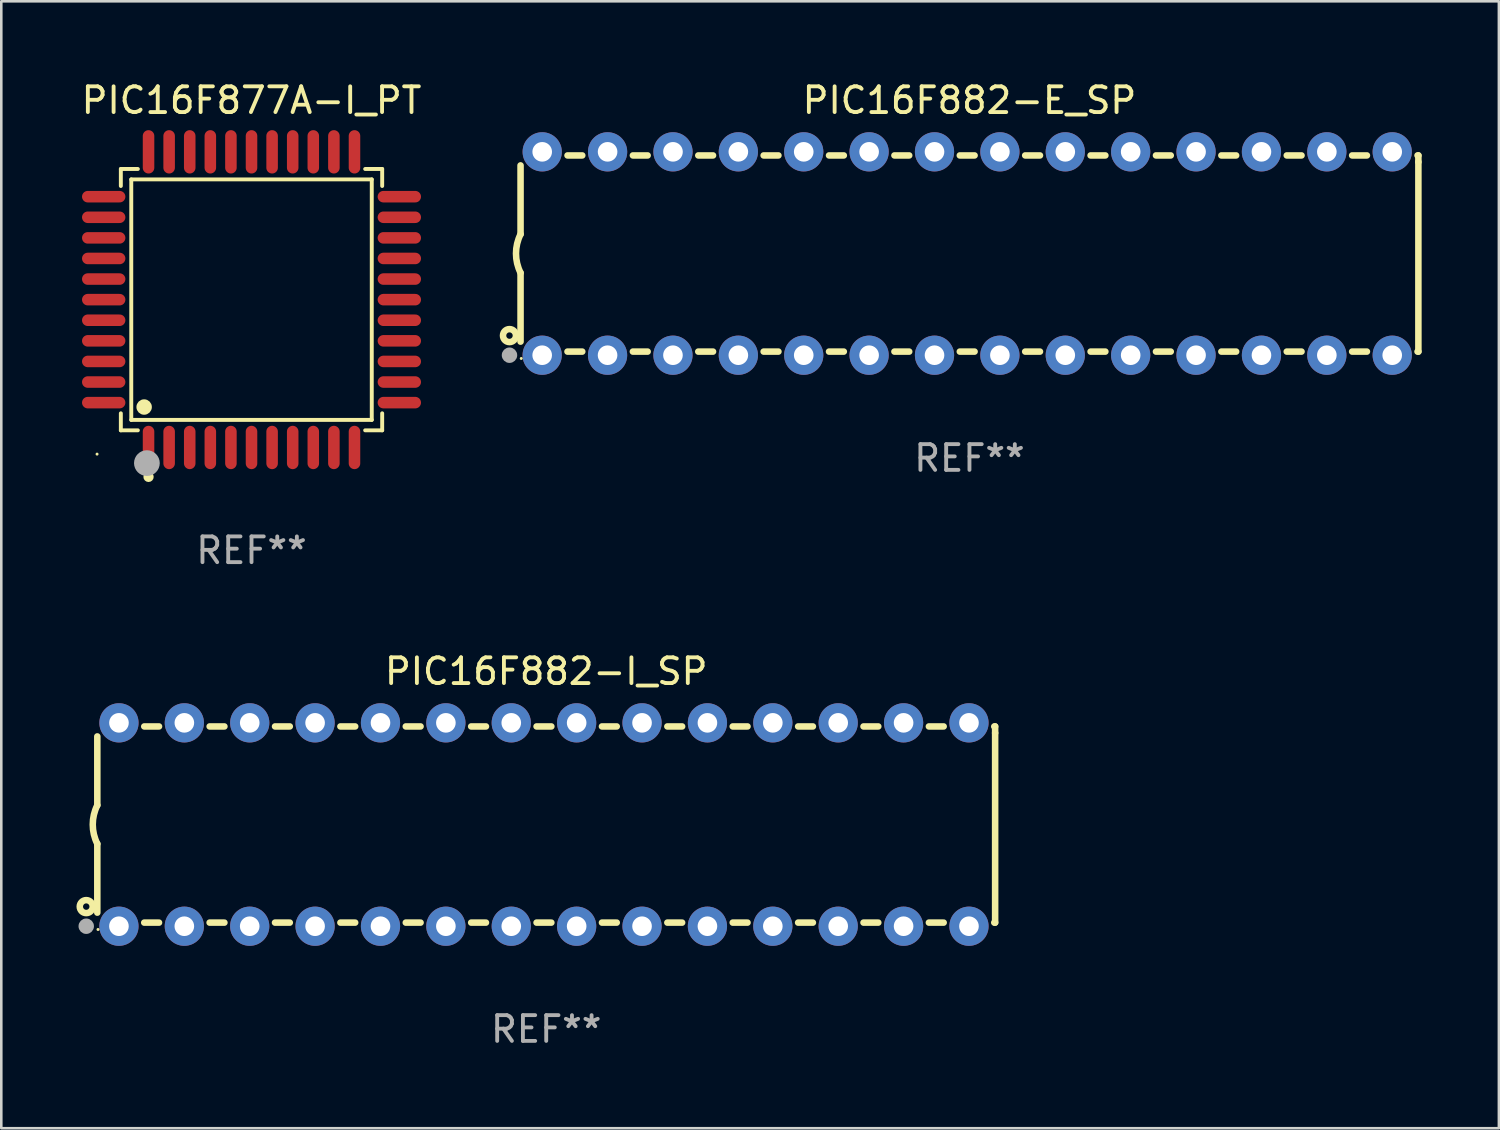
<source format=kicad_pcb>
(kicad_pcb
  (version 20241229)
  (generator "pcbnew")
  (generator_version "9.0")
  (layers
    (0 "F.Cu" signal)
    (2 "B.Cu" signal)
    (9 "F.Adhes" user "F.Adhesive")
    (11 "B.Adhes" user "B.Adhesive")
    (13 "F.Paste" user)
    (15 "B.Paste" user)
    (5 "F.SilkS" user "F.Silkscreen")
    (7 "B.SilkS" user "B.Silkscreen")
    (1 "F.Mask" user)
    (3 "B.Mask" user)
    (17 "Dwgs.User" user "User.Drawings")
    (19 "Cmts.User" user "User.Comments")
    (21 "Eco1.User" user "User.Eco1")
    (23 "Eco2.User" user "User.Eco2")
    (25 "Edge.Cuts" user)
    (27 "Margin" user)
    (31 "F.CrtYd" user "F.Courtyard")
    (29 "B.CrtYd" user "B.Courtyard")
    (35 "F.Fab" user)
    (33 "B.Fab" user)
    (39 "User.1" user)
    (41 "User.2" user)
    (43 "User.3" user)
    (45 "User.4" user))
  (footprint "PIC16F877A-I_PT"
    (layer "F.Cu")
    (at 6.72 8.59)
    (property "Reference" "PIC16F877A-I_PT" (at 0 -7.742 0) (layer "F.SilkS") (effects (font (size 1 1) (thickness 0.15))))
    (attr through_hole)
    (fp_line (start -5.076 -5.076) (end -4.415 -5.076) (stroke (width 0.152) (type solid)) (layer "F.SilkS"))
    (fp_line (start -5.076 -4.415) (end -5.076 -5.076) (stroke (width 0.152) (type solid)) (layer "F.SilkS"))
    (fp_line (start -5.076 4.415) (end -5.076 5.076) (stroke (width 0.152) (type solid)) (layer "F.SilkS"))
    (fp_line (start -5.076 5.076) (end -4.415 5.076) (stroke (width 0.152) (type solid)) (layer "F.SilkS"))
    (fp_line (start -4.671 -4.671) (end 4.671 -4.671) (stroke (width 0.152) (type solid)) (layer "F.SilkS"))
    (fp_line (start -4.671 4.671) (end -4.671 -4.671) (stroke (width 0.152) (type solid)) (layer "F.SilkS"))
    (fp_line (start 4.671 -4.671) (end 4.671 4.671) (stroke (width 0.152) (type solid)) (layer "F.SilkS"))
    (fp_line (start 4.671 4.671) (end -4.671 4.671) (stroke (width 0.152) (type solid)) (layer "F.SilkS"))
    (fp_line (start 5.076 -5.076) (end 4.415 -5.076) (stroke (width 0.152) (type solid)) (layer "F.SilkS"))
    (fp_line (start 5.076 -4.415) (end 5.076 -5.076) (stroke (width 0.152) (type solid)) (layer "F.SilkS"))
    (fp_line (start 5.076 4.415) (end 5.076 5.076) (stroke (width 0.152) (type solid)) (layer "F.SilkS"))
    (fp_line (start 5.076 5.076) (end 4.415 5.076) (stroke (width 0.152) (type solid)) (layer "F.SilkS"))
    (fp_circle (center -6 6) (end -5.97 6) (stroke (width 0.06) (type solid)) (fill no) (layer "F.SilkS"))
    (fp_circle (center -4.171 4.171) (end -4.021 4.171) (stroke (width 0.3) (type solid)) (fill no) (layer "F.SilkS"))
    (fp_circle (center -4 6.884) (end -3.9 6.884) (stroke (width 0.2) (type solid)) (fill no) (layer "F.SilkS"))
    (fp_circle (center -4.064 6.35) (end -3.814 6.35) (stroke (width 0.5) (type solid)) (fill no) (layer "F.Fab"))
    (fp_text user "REF**" (at 0 9.742 0) (layer "F.Fab") (effects (font (size 1 1) (thickness 0.15))))
    (pad "1" smd oval (at -4 5.742) (size 0.448 1.684) (layers "F.Cu" "F.Mask" "F.Paste"))
    (pad "2" smd oval (at -3.2 5.742) (size 0.448 1.684) (layers "F.Cu" "F.Mask" "F.Paste"))
    (pad "3" smd oval (at -2.4 5.742) (size 0.448 1.684) (layers "F.Cu" "F.Mask" "F.Paste"))
    (pad "4" smd oval (at -1.6 5.742) (size 0.448 1.684) (layers "F.Cu" "F.Mask" "F.Paste"))
    (pad "5" smd oval (at -0.8 5.742) (size 0.448 1.684) (layers "F.Cu" "F.Mask" "F.Paste"))
    (pad "6" smd oval (at 0 5.742) (size 0.448 1.684) (layers "F.Cu" "F.Mask" "F.Paste"))
    (pad "7" smd oval (at 0.8 5.742) (size 0.448 1.684) (layers "F.Cu" "F.Mask" "F.Paste"))
    (pad "8" smd oval (at 1.6 5.742) (size 0.448 1.684) (layers "F.Cu" "F.Mask" "F.Paste"))
    (pad "9" smd oval (at 2.4 5.742) (size 0.448 1.684) (layers "F.Cu" "F.Mask" "F.Paste"))
    (pad "10" smd oval (at 3.2 5.742) (size 0.448 1.684) (layers "F.Cu" "F.Mask" "F.Paste"))
    (pad "11" smd oval (at 4 5.742) (size 0.448 1.684) (layers "F.Cu" "F.Mask" "F.Paste"))
    (pad "12" smd oval (at 5.742 4) (size 1.684 0.448) (layers "F.Cu" "F.Mask" "F.Paste"))
    (pad "13" smd oval (at 5.742 3.2) (size 1.684 0.448) (layers "F.Cu" "F.Mask" "F.Paste"))
    (pad "14" smd oval (at 5.742 2.4) (size 1.684 0.448) (layers "F.Cu" "F.Mask" "F.Paste"))
    (pad "15" smd oval (at 5.742 1.6) (size 1.684 0.448) (layers "F.Cu" "F.Mask" "F.Paste"))
    (pad "16" smd oval (at 5.742 0.8) (size 1.684 0.448) (layers "F.Cu" "F.Mask" "F.Paste"))
    (pad "17" smd oval (at 5.742 0) (size 1.684 0.448) (layers "F.Cu" "F.Mask" "F.Paste"))
    (pad "18" smd oval (at 5.742 -0.8) (size 1.684 0.448) (layers "F.Cu" "F.Mask" "F.Paste"))
    (pad "19" smd oval (at 5.742 -1.6) (size 1.684 0.448) (layers "F.Cu" "F.Mask" "F.Paste"))
    (pad "20" smd oval (at 5.742 -2.4) (size 1.684 0.448) (layers "F.Cu" "F.Mask" "F.Paste"))
    (pad "21" smd oval (at 5.742 -3.2) (size 1.684 0.448) (layers "F.Cu" "F.Mask" "F.Paste"))
    (pad "22" smd oval (at 5.742 -4) (size 1.684 0.448) (layers "F.Cu" "F.Mask" "F.Paste"))
    (pad "23" smd oval (at 4 -5.742) (size 0.448 1.684) (layers "F.Cu" "F.Mask" "F.Paste"))
    (pad "24" smd oval (at 3.2 -5.742) (size 0.448 1.684) (layers "F.Cu" "F.Mask" "F.Paste"))
    (pad "25" smd oval (at 2.4 -5.742) (size 0.448 1.684) (layers "F.Cu" "F.Mask" "F.Paste"))
    (pad "26" smd oval (at 1.6 -5.742) (size 0.448 1.684) (layers "F.Cu" "F.Mask" "F.Paste"))
    (pad "27" smd oval (at 0.8 -5.742) (size 0.448 1.684) (layers "F.Cu" "F.Mask" "F.Paste"))
    (pad "28" smd oval (at 0 -5.742) (size 0.448 1.684) (layers "F.Cu" "F.Mask" "F.Paste"))
    (pad "29" smd oval (at -0.8 -5.742) (size 0.448 1.684) (layers "F.Cu" "F.Mask" "F.Paste"))
    (pad "30" smd oval (at -1.6 -5.742) (size 0.448 1.684) (layers "F.Cu" "F.Mask" "F.Paste"))
    (pad "31" smd oval (at -2.4 -5.742) (size 0.448 1.684) (layers "F.Cu" "F.Mask" "F.Paste"))
    (pad "32" smd oval (at -3.2 -5.742) (size 0.448 1.684) (layers "F.Cu" "F.Mask" "F.Paste"))
    (pad "33" smd oval (at -4 -5.742) (size 0.448 1.684) (layers "F.Cu" "F.Mask" "F.Paste"))
    (pad "34" smd oval (at -5.742 -4) (size 1.684 0.448) (layers "F.Cu" "F.Mask" "F.Paste"))
    (pad "35" smd oval (at -5.742 -3.2) (size 1.684 0.448) (layers "F.Cu" "F.Mask" "F.Paste"))
    (pad "36" smd oval (at -5.742 -2.4) (size 1.684 0.448) (layers "F.Cu" "F.Mask" "F.Paste"))
    (pad "37" smd oval (at -5.742 -1.6) (size 1.684 0.448) (layers "F.Cu" "F.Mask" "F.Paste"))
    (pad "38" smd oval (at -5.742 -0.8) (size 1.684 0.448) (layers "F.Cu" "F.Mask" "F.Paste"))
    (pad "39" smd oval (at -5.742 0) (size 1.684 0.448) (layers "F.Cu" "F.Mask" "F.Paste"))
    (pad "40" smd oval (at -5.742 0.8) (size 1.684 0.448) (layers "F.Cu" "F.Mask" "F.Paste"))
    (pad "41" smd oval (at -5.742 1.6) (size 1.684 0.448) (layers "F.Cu" "F.Mask" "F.Paste"))
    (pad "42" smd oval (at -5.742 2.4) (size 1.684 0.448) (layers "F.Cu" "F.Mask" "F.Paste"))
    (pad "43" smd oval (at -5.742 3.2) (size 1.684 0.448) (layers "F.Cu" "F.Mask" "F.Paste"))
    (pad "44" smd oval (at -5.742 4) (size 1.684 0.448) (layers "F.Cu" "F.Mask" "F.Paste")))
  (footprint "PIC16F882-E_SP"
    (layer "F.Cu")
    (at 34.609 6.798)
    (property "Reference" "PIC16F882-E_SP" (at 0 -5.95 0) (layer "F.SilkS") (effects (font (size 1 1) (thickness 0.15))))
    (attr through_hole)
    (fp_line (start -17.438 0.75) (end -17.438 3.423) (stroke (width 0.254) (type solid)) (layer "F.SilkS"))
    (fp_line (start -17.438 -3.423) (end -17.438 -0.75) (stroke (width 0.254) (type solid)) (layer "F.SilkS"))
    (fp_line (start -15.615 3.81) (end -15.041 3.81) (stroke (width 0.254) (type solid)) (layer "F.SilkS"))
    (fp_line (start -15.041 -3.81) (end -15.614 -3.81) (stroke (width 0.254) (type solid)) (layer "F.SilkS"))
    (fp_line (start -13.075 3.81) (end -12.501 3.81) (stroke (width 0.254) (type solid)) (layer "F.SilkS"))
    (fp_line (start -12.501 -3.81) (end -13.074 -3.81) (stroke (width 0.254) (type solid)) (layer "F.SilkS"))
    (fp_line (start -10.535 3.81) (end -9.961 3.81) (stroke (width 0.254) (type solid)) (layer "F.SilkS"))
    (fp_line (start -9.961 -3.81) (end -10.534 -3.81) (stroke (width 0.254) (type solid)) (layer "F.SilkS"))
    (fp_line (start -7.995 3.81) (end -7.421 3.81) (stroke (width 0.254) (type solid)) (layer "F.SilkS"))
    (fp_line (start -7.421 -3.81) (end -7.995 -3.81) (stroke (width 0.254) (type solid)) (layer "F.SilkS"))
    (fp_line (start -5.455 3.81) (end -4.881 3.81) (stroke (width 0.254) (type solid)) (layer "F.SilkS"))
    (fp_line (start -4.881 -3.81) (end -5.455 -3.81) (stroke (width 0.254) (type solid)) (layer "F.SilkS"))
    (fp_line (start -2.915 3.81) (end -2.341 3.81) (stroke (width 0.254) (type solid)) (layer "F.SilkS"))
    (fp_line (start -2.341 -3.81) (end -2.915 -3.81) (stroke (width 0.254) (type solid)) (layer "F.SilkS"))
    (fp_line (start -0.375 3.81) (end 0.199 3.81) (stroke (width 0.254) (type solid)) (layer "F.SilkS"))
    (fp_line (start 0.199 -3.81) (end -0.375 -3.81) (stroke (width 0.254) (type solid)) (layer "F.SilkS"))
    (fp_line (start 2.165 3.81) (end 2.739 3.81) (stroke (width 0.254) (type solid)) (layer "F.SilkS"))
    (fp_line (start 2.739 -3.81) (end 2.165 -3.81) (stroke (width 0.254) (type solid)) (layer "F.SilkS"))
    (fp_line (start 4.705 3.81) (end 5.279 3.81) (stroke (width 0.254) (type solid)) (layer "F.SilkS"))
    (fp_line (start 5.279 -3.81) (end 4.705 -3.81) (stroke (width 0.254) (type solid)) (layer "F.SilkS"))
    (fp_line (start 7.245 3.81) (end 7.819 3.81) (stroke (width 0.254) (type solid)) (layer "F.SilkS"))
    (fp_line (start 7.819 -3.81) (end 7.245 -3.81) (stroke (width 0.254) (type solid)) (layer "F.SilkS"))
    (fp_line (start 9.785 3.81) (end 10.359 3.81) (stroke (width 0.254) (type solid)) (layer "F.SilkS"))
    (fp_line (start 10.359 -3.81) (end 9.785 -3.81) (stroke (width 0.254) (type solid)) (layer "F.SilkS"))
    (fp_line (start 12.325 3.81) (end 12.899 3.81) (stroke (width 0.254) (type solid)) (layer "F.SilkS"))
    (fp_line (start 12.899 -3.81) (end 12.325 -3.81) (stroke (width 0.254) (type solid)) (layer "F.SilkS"))
    (fp_line (start 14.865 3.81) (end 15.439 3.81) (stroke (width 0.254) (type solid)) (layer "F.SilkS"))
    (fp_line (start 15.439 -3.81) (end 14.865 -3.81) (stroke (width 0.254) (type solid)) (layer "F.SilkS"))
    (fp_line (start 17.405 3.81) (end 17.438 3.81) (stroke (width 0.254) (type solid)) (layer "F.SilkS"))
    (fp_line (start 17.438 -3.81) (end 17.405 -3.81) (stroke (width 0.254) (type solid)) (layer "F.SilkS"))
    (fp_line (start 17.438 -3.556) (end 17.438 -3.81) (stroke (width 0.254) (type solid)) (layer "F.SilkS"))
    (fp_line (start 17.438 3.81) (end 17.438 -3.556) (stroke (width 0.254) (type solid)) (layer "F.SilkS"))
    (fp_arc (start -17.437986 0.749657) (mid -17.614887 -0.000024) (end -17.437783 -0.749657) (stroke (width 0.254001) (type solid)) (layer "F.SilkS"))
    (fp_circle (center -17.868 3.188) (end -17.743 3.188) (stroke (width 0.254) (type solid)) (fill no) (layer "F.SilkS"))
    (fp_circle (center -17.411 4.077) (end -17.381 4.077) (stroke (width 0.06) (type solid)) (fill no) (layer "F.SilkS"))
    (fp_circle (center -17.868 3.95) (end -17.718 3.95) (stroke (width 0.3) (type solid)) (fill no) (layer "F.Fab"))
    (fp_text user "REF**" (at 0 7.95 0) (layer "F.Fab") (effects (font (size 1 1) (thickness 0.15))))
    (pad "1" thru_hole circle (at -16.598 3.95) (size 1.524 1.524) (drill 0.762) (layers "*.Cu" "*.Mask"))
    (pad "2" thru_hole circle (at -14.058 3.95) (size 1.524 1.524) (drill 0.762) (layers "*.Cu" "*.Mask"))
    (pad "3" thru_hole circle (at -11.518 3.95) (size 1.524 1.524) (drill 0.762) (layers "*.Cu" "*.Mask"))
    (pad "4" thru_hole circle (at -8.978 3.95) (size 1.524 1.524) (drill 0.762) (layers "*.Cu" "*.Mask"))
    (pad "5" thru_hole circle (at -6.438 3.95) (size 1.524 1.524) (drill 0.762) (layers "*.Cu" "*.Mask"))
    (pad "6" thru_hole circle (at -3.898 3.95) (size 1.524 1.524) (drill 0.762) (layers "*.Cu" "*.Mask"))
    (pad "7" thru_hole circle (at -1.358 3.95) (size 1.524 1.524) (drill 0.762) (layers "*.Cu" "*.Mask"))
    (pad "8" thru_hole circle (at 1.182 3.95) (size 1.524 1.524) (drill 0.762) (layers "*.Cu" "*.Mask"))
    (pad "9" thru_hole circle (at 3.722 3.95) (size 1.524 1.524) (drill 0.762) (layers "*.Cu" "*.Mask"))
    (pad "10" thru_hole circle (at 6.262 3.95) (size 1.524 1.524) (drill 0.762) (layers "*.Cu" "*.Mask"))
    (pad "11" thru_hole circle (at 8.802 3.95) (size 1.524 1.524) (drill 0.762) (layers "*.Cu" "*.Mask"))
    (pad "12" thru_hole circle (at 11.342 3.95) (size 1.524 1.524) (drill 0.762) (layers "*.Cu" "*.Mask"))
    (pad "13" thru_hole circle (at 13.882 3.95) (size 1.524 1.524) (drill 0.762) (layers "*.Cu" "*.Mask"))
    (pad "14" thru_hole circle (at 16.422 3.95) (size 1.524 1.524) (drill 0.762) (layers "*.Cu" "*.Mask"))
    (pad "15" thru_hole circle (at 16.422 -3.95) (size 1.524 1.524) (drill 0.762) (layers "*.Cu" "*.Mask"))
    (pad "16" thru_hole circle (at 13.882 -3.95) (size 1.524 1.524) (drill 0.762) (layers "*.Cu" "*.Mask"))
    (pad "17" thru_hole circle (at 11.342 -3.95) (size 1.524 1.524) (drill 0.762) (layers "*.Cu" "*.Mask"))
    (pad "18" thru_hole circle (at 8.802 -3.95) (size 1.524 1.524) (drill 0.762) (layers "*.Cu" "*.Mask"))
    (pad "19" thru_hole circle (at 6.262 -3.95) (size 1.524 1.524) (drill 0.762) (layers "*.Cu" "*.Mask"))
    (pad "20" thru_hole circle (at 3.722 -3.95) (size 1.524 1.524) (drill 0.762) (layers "*.Cu" "*.Mask"))
    (pad "21" thru_hole circle (at 1.182 -3.95) (size 1.524 1.524) (drill 0.762) (layers "*.Cu" "*.Mask"))
    (pad "22" thru_hole circle (at -1.358 -3.95) (size 1.524 1.524) (drill 0.762) (layers "*.Cu" "*.Mask"))
    (pad "23" thru_hole circle (at -3.898 -3.95) (size 1.524 1.524) (drill 0.762) (layers "*.Cu" "*.Mask"))
    (pad "24" thru_hole circle (at -6.438 -3.95) (size 1.524 1.524) (drill 0.762) (layers "*.Cu" "*.Mask"))
    (pad "25" thru_hole circle (at -8.978 -3.95) (size 1.524 1.524) (drill 0.762) (layers "*.Cu" "*.Mask"))
    (pad "26" thru_hole circle (at -11.517 -3.95) (size 1.524 1.524) (drill 0.762) (layers "*.Cu" "*.Mask"))
    (pad "27" thru_hole circle (at -14.057 -3.95) (size 1.524 1.524) (drill 0.762) (layers "*.Cu" "*.Mask"))
    (pad "28" thru_hole circle (at -16.597 -3.95) (size 1.524 1.524) (drill 0.762) (layers "*.Cu" "*.Mask")))
  (footprint "PIC16F882-I_SP"
    (layer "F.Cu")
    (at 18.168 28.979)
    (property "Reference" "PIC16F882-I_SP" (at 0 -5.95 0) (layer "F.SilkS") (effects (font (size 1 1) (thickness 0.15))))
    (attr through_hole)
    (fp_line (start -17.438 0.75) (end -17.438 3.423) (stroke (width 0.254) (type solid)) (layer "F.SilkS"))
    (fp_line (start -17.438 -3.423) (end -17.438 -0.75) (stroke (width 0.254) (type solid)) (layer "F.SilkS"))
    (fp_line (start -15.615 3.81) (end -15.041 3.81) (stroke (width 0.254) (type solid)) (layer "F.SilkS"))
    (fp_line (start -15.041 -3.81) (end -15.614 -3.81) (stroke (width 0.254) (type solid)) (layer "F.SilkS"))
    (fp_line (start -13.075 3.81) (end -12.501 3.81) (stroke (width 0.254) (type solid)) (layer "F.SilkS"))
    (fp_line (start -12.501 -3.81) (end -13.074 -3.81) (stroke (width 0.254) (type solid)) (layer "F.SilkS"))
    (fp_line (start -10.535 3.81) (end -9.961 3.81) (stroke (width 0.254) (type solid)) (layer "F.SilkS"))
    (fp_line (start -9.961 -3.81) (end -10.534 -3.81) (stroke (width 0.254) (type solid)) (layer "F.SilkS"))
    (fp_line (start -7.995 3.81) (end -7.421 3.81) (stroke (width 0.254) (type solid)) (layer "F.SilkS"))
    (fp_line (start -7.421 -3.81) (end -7.995 -3.81) (stroke (width 0.254) (type solid)) (layer "F.SilkS"))
    (fp_line (start -5.455 3.81) (end -4.881 3.81) (stroke (width 0.254) (type solid)) (layer "F.SilkS"))
    (fp_line (start -4.881 -3.81) (end -5.455 -3.81) (stroke (width 0.254) (type solid)) (layer "F.SilkS"))
    (fp_line (start -2.915 3.81) (end -2.341 3.81) (stroke (width 0.254) (type solid)) (layer "F.SilkS"))
    (fp_line (start -2.341 -3.81) (end -2.915 -3.81) (stroke (width 0.254) (type solid)) (layer "F.SilkS"))
    (fp_line (start -0.375 3.81) (end 0.199 3.81) (stroke (width 0.254) (type solid)) (layer "F.SilkS"))
    (fp_line (start 0.199 -3.81) (end -0.375 -3.81) (stroke (width 0.254) (type solid)) (layer "F.SilkS"))
    (fp_line (start 2.165 3.81) (end 2.739 3.81) (stroke (width 0.254) (type solid)) (layer "F.SilkS"))
    (fp_line (start 2.739 -3.81) (end 2.165 -3.81) (stroke (width 0.254) (type solid)) (layer "F.SilkS"))
    (fp_line (start 4.705 3.81) (end 5.279 3.81) (stroke (width 0.254) (type solid)) (layer "F.SilkS"))
    (fp_line (start 5.279 -3.81) (end 4.705 -3.81) (stroke (width 0.254) (type solid)) (layer "F.SilkS"))
    (fp_line (start 7.245 3.81) (end 7.819 3.81) (stroke (width 0.254) (type solid)) (layer "F.SilkS"))
    (fp_line (start 7.819 -3.81) (end 7.245 -3.81) (stroke (width 0.254) (type solid)) (layer "F.SilkS"))
    (fp_line (start 9.785 3.81) (end 10.359 3.81) (stroke (width 0.254) (type solid)) (layer "F.SilkS"))
    (fp_line (start 10.359 -3.81) (end 9.785 -3.81) (stroke (width 0.254) (type solid)) (layer "F.SilkS"))
    (fp_line (start 12.325 3.81) (end 12.899 3.81) (stroke (width 0.254) (type solid)) (layer "F.SilkS"))
    (fp_line (start 12.899 -3.81) (end 12.325 -3.81) (stroke (width 0.254) (type solid)) (layer "F.SilkS"))
    (fp_line (start 14.865 3.81) (end 15.439 3.81) (stroke (width 0.254) (type solid)) (layer "F.SilkS"))
    (fp_line (start 15.439 -3.81) (end 14.865 -3.81) (stroke (width 0.254) (type solid)) (layer "F.SilkS"))
    (fp_line (start 17.405 3.81) (end 17.438 3.81) (stroke (width 0.254) (type solid)) (layer "F.SilkS"))
    (fp_line (start 17.438 -3.81) (end 17.405 -3.81) (stroke (width 0.254) (type solid)) (layer "F.SilkS"))
    (fp_line (start 17.438 -3.556) (end 17.438 -3.81) (stroke (width 0.254) (type solid)) (layer "F.SilkS"))
    (fp_line (start 17.438 3.81) (end 17.438 -3.556) (stroke (width 0.254) (type solid)) (layer "F.SilkS"))
    (fp_arc (start -17.437986 0.749657) (mid -17.614887 -0.000024) (end -17.437783 -0.749657) (stroke (width 0.254001) (type solid)) (layer "F.SilkS"))
    (fp_circle (center -17.868 3.188) (end -17.743 3.188) (stroke (width 0.254) (type solid)) (fill no) (layer "F.SilkS"))
    (fp_circle (center -17.411 4.077) (end -17.381 4.077) (stroke (width 0.06) (type solid)) (fill no) (layer "F.SilkS"))
    (fp_circle (center -17.868 3.95) (end -17.718 3.95) (stroke (width 0.3) (type solid)) (fill no) (layer "F.Fab"))
    (fp_text user "REF**" (at 0 7.95 0) (layer "F.Fab") (effects (font (size 1 1) (thickness 0.15))))
    (pad "1" thru_hole circle (at -16.598 3.95) (size 1.524 1.524) (drill 0.762) (layers "*.Cu" "*.Mask"))
    (pad "2" thru_hole circle (at -14.058 3.95) (size 1.524 1.524) (drill 0.762) (layers "*.Cu" "*.Mask"))
    (pad "3" thru_hole circle (at -11.518 3.95) (size 1.524 1.524) (drill 0.762) (layers "*.Cu" "*.Mask"))
    (pad "4" thru_hole circle (at -8.978 3.95) (size 1.524 1.524) (drill 0.762) (layers "*.Cu" "*.Mask"))
    (pad "5" thru_hole circle (at -6.438 3.95) (size 1.524 1.524) (drill 0.762) (layers "*.Cu" "*.Mask"))
    (pad "6" thru_hole circle (at -3.898 3.95) (size 1.524 1.524) (drill 0.762) (layers "*.Cu" "*.Mask"))
    (pad "7" thru_hole circle (at -1.358 3.95) (size 1.524 1.524) (drill 0.762) (layers "*.Cu" "*.Mask"))
    (pad "8" thru_hole circle (at 1.182 3.95) (size 1.524 1.524) (drill 0.762) (layers "*.Cu" "*.Mask"))
    (pad "9" thru_hole circle (at 3.722 3.95) (size 1.524 1.524) (drill 0.762) (layers "*.Cu" "*.Mask"))
    (pad "10" thru_hole circle (at 6.262 3.95) (size 1.524 1.524) (drill 0.762) (layers "*.Cu" "*.Mask"))
    (pad "11" thru_hole circle (at 8.802 3.95) (size 1.524 1.524) (drill 0.762) (layers "*.Cu" "*.Mask"))
    (pad "12" thru_hole circle (at 11.342 3.95) (size 1.524 1.524) (drill 0.762) (layers "*.Cu" "*.Mask"))
    (pad "13" thru_hole circle (at 13.882 3.95) (size 1.524 1.524) (drill 0.762) (layers "*.Cu" "*.Mask"))
    (pad "14" thru_hole circle (at 16.422 3.95) (size 1.524 1.524) (drill 0.762) (layers "*.Cu" "*.Mask"))
    (pad "15" thru_hole circle (at 16.422 -3.95) (size 1.524 1.524) (drill 0.762) (layers "*.Cu" "*.Mask"))
    (pad "16" thru_hole circle (at 13.882 -3.95) (size 1.524 1.524) (drill 0.762) (layers "*.Cu" "*.Mask"))
    (pad "17" thru_hole circle (at 11.342 -3.95) (size 1.524 1.524) (drill 0.762) (layers "*.Cu" "*.Mask"))
    (pad "18" thru_hole circle (at 8.802 -3.95) (size 1.524 1.524) (drill 0.762) (layers "*.Cu" "*.Mask"))
    (pad "19" thru_hole circle (at 6.262 -3.95) (size 1.524 1.524) (drill 0.762) (layers "*.Cu" "*.Mask"))
    (pad "20" thru_hole circle (at 3.722 -3.95) (size 1.524 1.524) (drill 0.762) (layers "*.Cu" "*.Mask"))
    (pad "21" thru_hole circle (at 1.182 -3.95) (size 1.524 1.524) (drill 0.762) (layers "*.Cu" "*.Mask"))
    (pad "22" thru_hole circle (at -1.358 -3.95) (size 1.524 1.524) (drill 0.762) (layers "*.Cu" "*.Mask"))
    (pad "23" thru_hole circle (at -3.898 -3.95) (size 1.524 1.524) (drill 0.762) (layers "*.Cu" "*.Mask"))
    (pad "24" thru_hole circle (at -6.438 -3.95) (size 1.524 1.524) (drill 0.762) (layers "*.Cu" "*.Mask"))
    (pad "25" thru_hole circle (at -8.978 -3.95) (size 1.524 1.524) (drill 0.762) (layers "*.Cu" "*.Mask"))
    (pad "26" thru_hole circle (at -11.517 -3.95) (size 1.524 1.524) (drill 0.762) (layers "*.Cu" "*.Mask"))
    (pad "27" thru_hole circle (at -14.057 -3.95) (size 1.524 1.524) (drill 0.762) (layers "*.Cu" "*.Mask"))
    (pad "28" thru_hole circle (at -16.597 -3.95) (size 1.524 1.524) (drill 0.762) (layers "*.Cu" "*.Mask")))
  (gr_rect
    (start -3 -3)
    (end 55.174 40.777)
    (stroke (width 0.1) (type default))
    (fill no)
    (layer "Edge.Cuts")))
</source>
